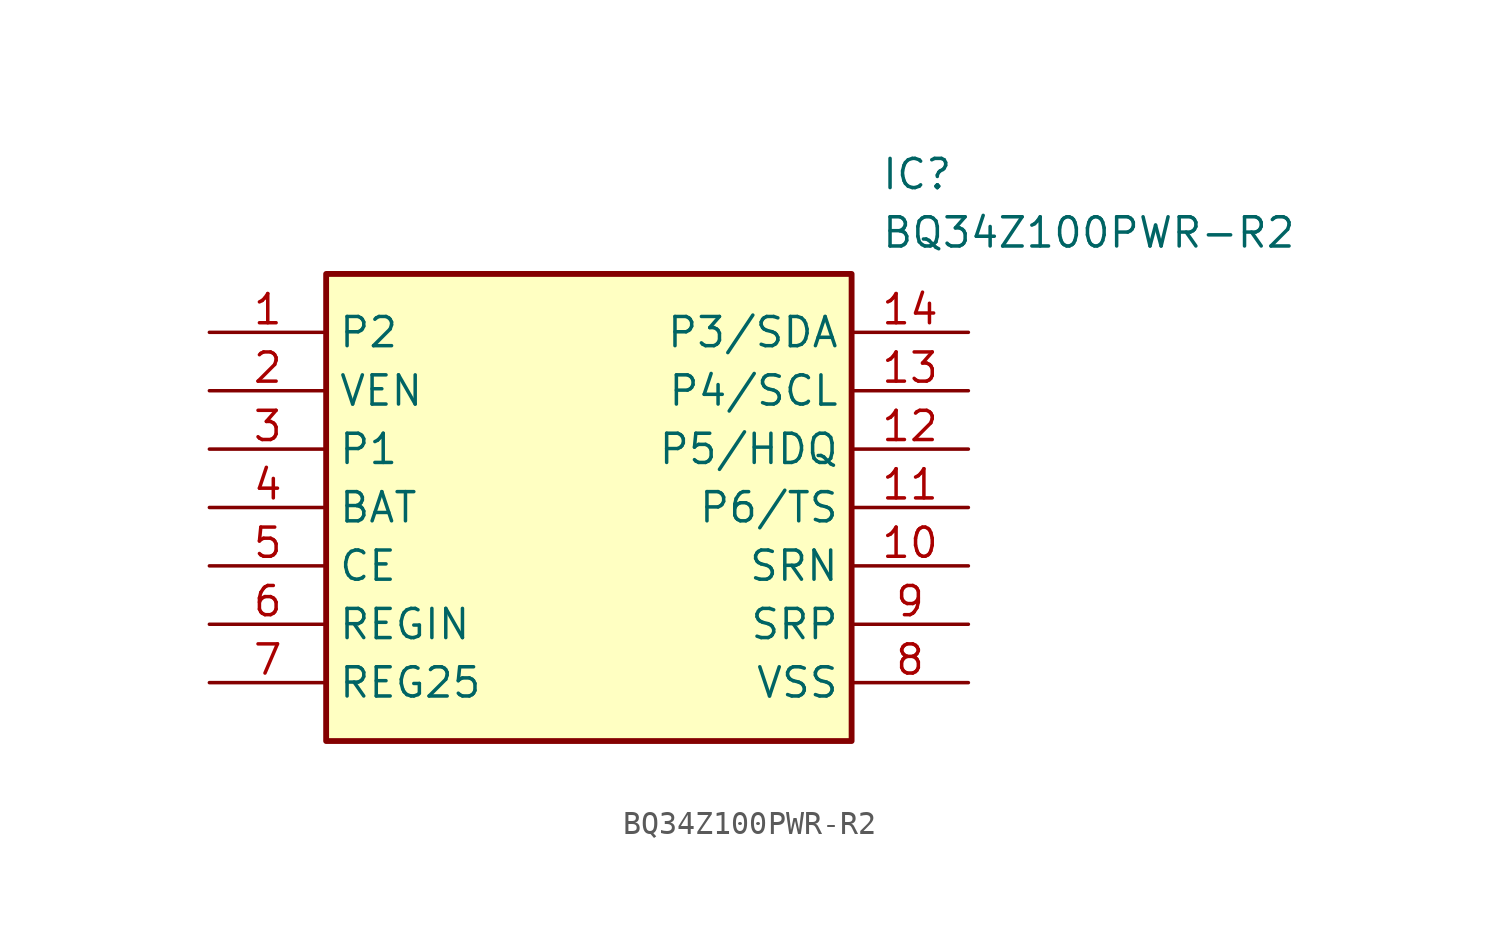
<source format=kicad_sym>
(kicad_symbol_lib
  (version 20211014)
  (generator SamacSys_ECAD_Model)
  (symbol "BQ34Z100PWR-R2"
    (property "Reference" "IC"
      (at 29.21 7.62 0)
      (effects (font (size 1.27 1.27)) (justify left top)))
    (property "Value" "BQ34Z100PWR-R2"
      (at 29.21 5.08 0)
      (effects (font (size 1.27 1.27)) (justify left top)))
    (rectangle
      (start 5.08 2.54)
      (end 27.94 -17.78)
      (stroke (width 0.254) (type default))
      (fill (type background)))
    (pin passive line
      (at 0 0 0)
      (length 5.08)
      (name "P2" (effects (font (size 1.27 1.27))))
      (number "1" (effects (font (size 1.27 1.27)))))
    (pin passive line
      (at 0 -2.54 0)
      (length 5.08)
      (name "VEN" (effects (font (size 1.27 1.27))))
      (number "2" (effects (font (size 1.27 1.27)))))
    (pin passive line
      (at 0 -5.08 0)
      (length 5.08)
      (name "P1" (effects (font (size 1.27 1.27))))
      (number "3" (effects (font (size 1.27 1.27)))))
    (pin passive line
      (at 0 -7.62 0)
      (length 5.08)
      (name "BAT" (effects (font (size 1.27 1.27))))
      (number "4" (effects (font (size 1.27 1.27)))))
    (pin passive line
      (at 0 -10.16 0)
      (length 5.08)
      (name "CE" (effects (font (size 1.27 1.27))))
      (number "5" (effects (font (size 1.27 1.27)))))
    (pin passive line
      (at 0 -12.7 0)
      (length 5.08)
      (name "REGIN" (effects (font (size 1.27 1.27))))
      (number "6" (effects (font (size 1.27 1.27)))))
    (pin passive line
      (at 0 -15.24 0)
      (length 5.08)
      (name "REG25" (effects (font (size 1.27 1.27))))
      (number "7" (effects (font (size 1.27 1.27)))))
    (pin passive line
      (at 33.02 0 180)
      (length 5.08)
      (name "P3/SDA" (effects (font (size 1.27 1.27))))
      (number "14" (effects (font (size 1.27 1.27)))))
    (pin passive line
      (at 33.02 -2.54 180)
      (length 5.08)
      (name "P4/SCL" (effects (font (size 1.27 1.27))))
      (number "13" (effects (font (size 1.27 1.27)))))
    (pin passive line
      (at 33.02 -5.08 180)
      (length 5.08)
      (name "P5/HDQ" (effects (font (size 1.27 1.27))))
      (number "12" (effects (font (size 1.27 1.27)))))
    (pin passive line
      (at 33.02 -7.62 180)
      (length 5.08)
      (name "P6/TS" (effects (font (size 1.27 1.27))))
      (number "11" (effects (font (size 1.27 1.27)))))
    (pin passive line
      (at 33.02 -10.16 180)
      (length 5.08)
      (name "SRN" (effects (font (size 1.27 1.27))))
      (number "10" (effects (font (size 1.27 1.27)))))
    (pin passive line
      (at 33.02 -12.7 180)
      (length 5.08)
      (name "SRP" (effects (font (size 1.27 1.27))))
      (number "9" (effects (font (size 1.27 1.27)))))
    (pin passive line
      (at 33.02 -15.24 180)
      (length 5.08)
      (name "VSS" (effects (font (size 1.27 1.27))))
      (number "8" (effects (font (size 1.27 1.27)))))))
</source>
